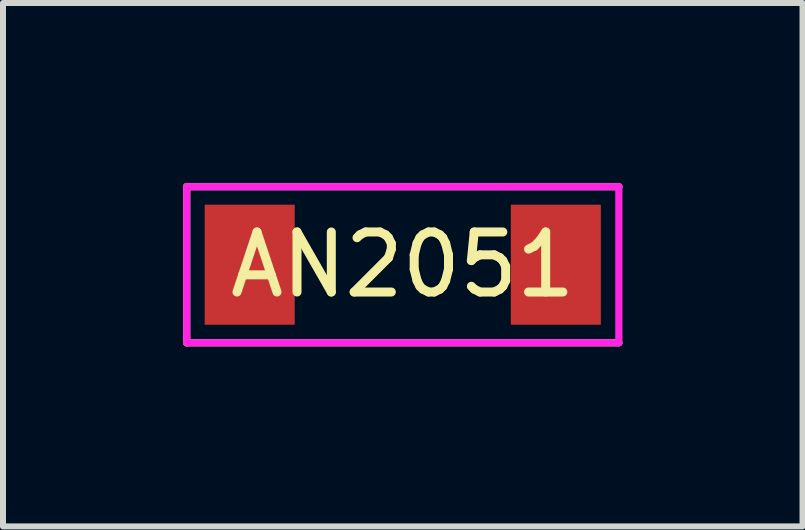
<source format=kicad_pcb>
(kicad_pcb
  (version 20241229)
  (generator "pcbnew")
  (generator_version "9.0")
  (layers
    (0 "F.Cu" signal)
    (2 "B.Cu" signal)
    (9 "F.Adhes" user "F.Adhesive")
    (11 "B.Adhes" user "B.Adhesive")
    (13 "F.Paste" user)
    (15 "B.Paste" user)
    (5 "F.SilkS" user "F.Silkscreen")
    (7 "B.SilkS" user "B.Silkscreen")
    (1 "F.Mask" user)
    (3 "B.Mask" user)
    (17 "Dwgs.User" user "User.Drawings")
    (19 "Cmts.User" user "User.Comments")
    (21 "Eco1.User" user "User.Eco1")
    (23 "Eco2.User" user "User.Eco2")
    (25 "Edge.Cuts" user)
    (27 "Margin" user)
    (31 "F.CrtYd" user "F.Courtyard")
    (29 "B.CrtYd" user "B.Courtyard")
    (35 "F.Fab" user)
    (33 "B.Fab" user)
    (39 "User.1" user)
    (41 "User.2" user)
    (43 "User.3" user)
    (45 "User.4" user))
  (footprint "AN2051"
    (layer "F.Cu")
    (at 3.66 1.36)
    (property "Reference" "AN2051" (at 0 0 0) (layer "F.SilkS") (effects (font (size 1 1) (thickness 0.15))))
    (attr through_hole)
    (fp_line (start -3.6 -1.3) (end -3.6 1.3) (stroke (width 0.12) (type solid)) (layer "F.SilkS"))
    (fp_line (start -3.6 1.3) (end 3.6 1.3) (stroke (width 0.12) (type solid)) (layer "F.SilkS"))
    (fp_line (start 3.6 -1.3) (end -3.6 -1.3) (stroke (width 0.12) (type solid)) (layer "F.SilkS"))
    (fp_line (start -3.6 -1.3) (end -3.6 1.3) (stroke (width 0.12) (type solid)) (layer "F.CrtYd"))
    (fp_line (start -3.6 1.3) (end 3.6 1.3) (stroke (width 0.12) (type solid)) (layer "F.CrtYd"))
    (fp_line (start 3.6 -1.3) (end -3.6 -1.3) (stroke (width 0.12) (type solid)) (layer "F.CrtYd"))
    (fp_line (start 3.6 1.3) (end 3.6 -1.3) (stroke (width 0.12) (type solid)) (layer "F.CrtYd"))
    (pad "1" smd rect (at -2.55 0 270) (size 2 1.5) (layers "F.Cu" "F.Mask" "F.Paste"))
    (pad "2" smd rect (at 2.55 0 270) (size 2 1.5) (layers "F.Cu" "F.Mask" "F.Paste")))
  (gr_rect
    (start -3 -3)
    (end 10.32 5.72)
    (stroke (width 0.1) (type default))
    (fill no)
    (layer "Edge.Cuts")))
</source>
